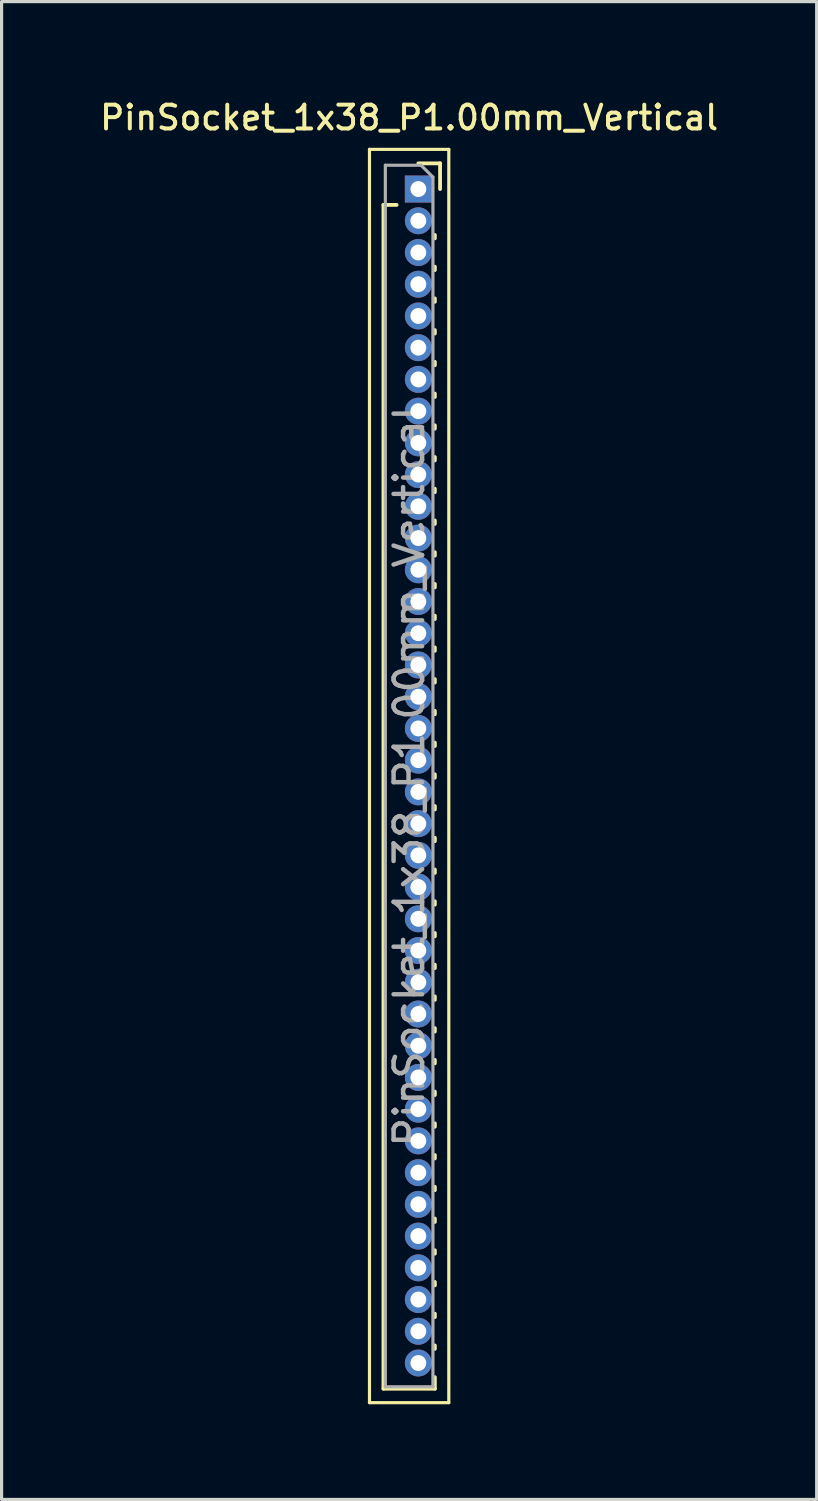
<source format=kicad_pcb>
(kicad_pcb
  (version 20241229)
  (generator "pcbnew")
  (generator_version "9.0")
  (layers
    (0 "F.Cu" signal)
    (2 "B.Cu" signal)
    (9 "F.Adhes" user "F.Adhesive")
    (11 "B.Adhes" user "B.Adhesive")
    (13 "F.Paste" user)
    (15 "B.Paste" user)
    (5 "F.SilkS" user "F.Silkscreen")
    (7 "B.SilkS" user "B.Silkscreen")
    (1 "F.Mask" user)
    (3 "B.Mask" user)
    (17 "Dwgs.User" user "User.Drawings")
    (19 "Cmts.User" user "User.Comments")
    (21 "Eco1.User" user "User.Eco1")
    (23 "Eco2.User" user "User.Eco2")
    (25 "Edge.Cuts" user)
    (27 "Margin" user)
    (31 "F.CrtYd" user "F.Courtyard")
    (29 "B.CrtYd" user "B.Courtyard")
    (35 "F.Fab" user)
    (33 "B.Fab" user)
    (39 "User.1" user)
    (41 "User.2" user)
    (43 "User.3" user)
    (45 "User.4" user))
  (footprint "PinSocket_1x38_P1.00mm_Vertical"
    (layer "F.Cu")
    (at 10.135 2.908)
    (property "Reference" "PinSocket_1x38_P1.00mm_Vertical" (at -0.29 -2.25 0) (layer "F.SilkS") (effects (font (size 0.75 0.75) (thickness 0.125))))
    (attr through_hole)
    (fp_line (start -1.54 -1.25) (end 0.96 -1.25) (stroke (width 0.1) (type solid)) (layer "F.SilkS"))
    (fp_line (start -1.54 38.25) (end -1.54 -1.25) (stroke (width 0.1) (type solid)) (layer "F.SilkS"))
    (fp_line (start -1.1 0.5) (end -1.1 37.81) (stroke (width 0.12) (type solid)) (layer "F.SilkS"))
    (fp_line (start -1.1 0.5) (end -0.685 0.5) (stroke (width 0.12) (type solid)) (layer "F.SilkS"))
    (fp_line (start -1.1 37.81) (end 0.52 37.81) (stroke (width 0.12) (type solid)) (layer "F.SilkS"))
    (fp_line (start 0 -0.81) (end 0.685 -0.81) (stroke (width 0.12) (type solid)) (layer "F.SilkS"))
    (fp_line (start 0.52 1.446) (end 0.52 1.554) (stroke (width 0.12) (type solid)) (layer "F.SilkS"))
    (fp_line (start 0.52 2.446) (end 0.52 2.554) (stroke (width 0.12) (type solid)) (layer "F.SilkS"))
    (fp_line (start 0.52 3.446) (end 0.52 3.554) (stroke (width 0.12) (type solid)) (layer "F.SilkS"))
    (fp_line (start 0.52 4.446) (end 0.52 4.554) (stroke (width 0.12) (type solid)) (layer "F.SilkS"))
    (fp_line (start 0.52 5.446) (end 0.52 5.554) (stroke (width 0.12) (type solid)) (layer "F.SilkS"))
    (fp_line (start 0.52 6.446) (end 0.52 6.554) (stroke (width 0.12) (type solid)) (layer "F.SilkS"))
    (fp_line (start 0.52 7.446) (end 0.52 7.554) (stroke (width 0.12) (type solid)) (layer "F.SilkS"))
    (fp_line (start 0.52 8.446) (end 0.52 8.554) (stroke (width 0.12) (type solid)) (layer "F.SilkS"))
    (fp_line (start 0.52 9.446) (end 0.52 9.554) (stroke (width 0.12) (type solid)) (layer "F.SilkS"))
    (fp_line (start 0.52 10.446) (end 0.52 10.554) (stroke (width 0.12) (type solid)) (layer "F.SilkS"))
    (fp_line (start 0.52 11.446) (end 0.52 11.554) (stroke (width 0.12) (type solid)) (layer "F.SilkS"))
    (fp_line (start 0.52 12.446) (end 0.52 12.554) (stroke (width 0.12) (type solid)) (layer "F.SilkS"))
    (fp_line (start 0.52 13.446) (end 0.52 13.554) (stroke (width 0.12) (type solid)) (layer "F.SilkS"))
    (fp_line (start 0.52 14.446) (end 0.52 14.554) (stroke (width 0.12) (type solid)) (layer "F.SilkS"))
    (fp_line (start 0.52 15.446) (end 0.52 15.554) (stroke (width 0.12) (type solid)) (layer "F.SilkS"))
    (fp_line (start 0.52 16.446) (end 0.52 16.554) (stroke (width 0.12) (type solid)) (layer "F.SilkS"))
    (fp_line (start 0.52 17.446) (end 0.52 17.554) (stroke (width 0.12) (type solid)) (layer "F.SilkS"))
    (fp_line (start 0.52 18.446) (end 0.52 18.554) (stroke (width 0.12) (type solid)) (layer "F.SilkS"))
    (fp_line (start 0.52 19.446) (end 0.52 19.554) (stroke (width 0.12) (type solid)) (layer "F.SilkS"))
    (fp_line (start 0.52 20.446) (end 0.52 20.554) (stroke (width 0.12) (type solid)) (layer "F.SilkS"))
    (fp_line (start 0.52 21.446) (end 0.52 21.554) (stroke (width 0.12) (type solid)) (layer "F.SilkS"))
    (fp_line (start 0.52 22.446) (end 0.52 22.554) (stroke (width 0.12) (type solid)) (layer "F.SilkS"))
    (fp_line (start 0.52 23.446) (end 0.52 23.554) (stroke (width 0.12) (type solid)) (layer "F.SilkS"))
    (fp_line (start 0.52 24.446) (end 0.52 24.554) (stroke (width 0.12) (type solid)) (layer "F.SilkS"))
    (fp_line (start 0.52 25.446) (end 0.52 25.554) (stroke (width 0.12) (type solid)) (layer "F.SilkS"))
    (fp_line (start 0.52 26.446) (end 0.52 26.554) (stroke (width 0.12) (type solid)) (layer "F.SilkS"))
    (fp_line (start 0.52 27.446) (end 0.52 27.554) (stroke (width 0.12) (type solid)) (layer "F.SilkS"))
    (fp_line (start 0.52 28.446) (end 0.52 28.554) (stroke (width 0.12) (type solid)) (layer "F.SilkS"))
    (fp_line (start 0.52 29.446) (end 0.52 29.554) (stroke (width 0.12) (type solid)) (layer "F.SilkS"))
    (fp_line (start 0.52 30.446) (end 0.52 30.554) (stroke (width 0.12) (type solid)) (layer "F.SilkS"))
    (fp_line (start 0.52 31.446) (end 0.52 31.554) (stroke (width 0.12) (type solid)) (layer "F.SilkS"))
    (fp_line (start 0.52 32.446) (end 0.52 32.554) (stroke (width 0.12) (type solid)) (layer "F.SilkS"))
    (fp_line (start 0.52 33.446) (end 0.52 33.554) (stroke (width 0.12) (type solid)) (layer "F.SilkS"))
    (fp_line (start 0.52 34.446) (end 0.52 34.554) (stroke (width 0.12) (type solid)) (layer "F.SilkS"))
    (fp_line (start 0.52 35.446) (end 0.52 35.554) (stroke (width 0.12) (type solid)) (layer "F.SilkS"))
    (fp_line (start 0.52 36.446) (end 0.52 36.554) (stroke (width 0.12) (type solid)) (layer "F.SilkS"))
    (fp_line (start 0.52 37.446) (end 0.52 37.81) (stroke (width 0.12) (type solid)) (layer "F.SilkS"))
    (fp_line (start 0.685 -0.81) (end 0.685 0) (stroke (width 0.12) (type solid)) (layer "F.SilkS"))
    (fp_line (start 0.96 -1.25) (end 0.96 38.25) (stroke (width 0.1) (type solid)) (layer "F.SilkS"))
    (fp_line (start 0.96 38.25) (end -1.54 38.25) (stroke (width 0.1) (type solid)) (layer "F.SilkS"))
    (fp_line (start -1.04 -0.75) (end 0.085 -0.75) (stroke (width 0.1) (type solid)) (layer "F.Fab"))
    (fp_line (start -1.04 37.75) (end -1.04 -0.75) (stroke (width 0.1) (type solid)) (layer "F.Fab"))
    (fp_line (start 0.085 -0.75) (end 0.46 -0.375) (stroke (width 0.1) (type solid)) (layer "F.Fab"))
    (fp_line (start 0.46 -0.375) (end 0.46 37.75) (stroke (width 0.1) (type solid)) (layer "F.Fab"))
    (fp_line (start 0.46 37.75) (end -1.04 37.75) (stroke (width 0.1) (type solid)) (layer "F.Fab"))
    (fp_text user "${REFERENCE}" (at -0.29 18.5 90) (layer "F.Fab") (effects (font (size 0.9 0.9) (thickness 0.14))))
    (pad "1" thru_hole rect (at 0 0) (size 0.85 0.85) (drill 0.5) (layers "*.Cu" "*.Mask"))
    (pad "2" thru_hole oval (at 0 1) (size 0.85 0.85) (drill 0.5) (layers "*.Cu" "*.Mask"))
    (pad "3" thru_hole oval (at 0 2) (size 0.85 0.85) (drill 0.5) (layers "*.Cu" "*.Mask"))
    (pad "4" thru_hole oval (at 0 3) (size 0.85 0.85) (drill 0.5) (layers "*.Cu" "*.Mask"))
    (pad "5" thru_hole oval (at 0 4) (size 0.85 0.85) (drill 0.5) (layers "*.Cu" "*.Mask"))
    (pad "6" thru_hole oval (at 0 5) (size 0.85 0.85) (drill 0.5) (layers "*.Cu" "*.Mask"))
    (pad "7" thru_hole oval (at 0 6) (size 0.85 0.85) (drill 0.5) (layers "*.Cu" "*.Mask"))
    (pad "8" thru_hole oval (at 0 7) (size 0.85 0.85) (drill 0.5) (layers "*.Cu" "*.Mask"))
    (pad "9" thru_hole oval (at 0 8) (size 0.85 0.85) (drill 0.5) (layers "*.Cu" "*.Mask"))
    (pad "10" thru_hole oval (at 0 9) (size 0.85 0.85) (drill 0.5) (layers "*.Cu" "*.Mask"))
    (pad "11" thru_hole oval (at 0 10) (size 0.85 0.85) (drill 0.5) (layers "*.Cu" "*.Mask"))
    (pad "12" thru_hole oval (at 0 11) (size 0.85 0.85) (drill 0.5) (layers "*.Cu" "*.Mask"))
    (pad "13" thru_hole oval (at 0 12) (size 0.85 0.85) (drill 0.5) (layers "*.Cu" "*.Mask"))
    (pad "14" thru_hole oval (at 0 13) (size 0.85 0.85) (drill 0.5) (layers "*.Cu" "*.Mask"))
    (pad "15" thru_hole oval (at 0 14) (size 0.85 0.85) (drill 0.5) (layers "*.Cu" "*.Mask"))
    (pad "16" thru_hole oval (at 0 15) (size 0.85 0.85) (drill 0.5) (layers "*.Cu" "*.Mask"))
    (pad "17" thru_hole oval (at 0 16) (size 0.85 0.85) (drill 0.5) (layers "*.Cu" "*.Mask"))
    (pad "18" thru_hole oval (at 0 17) (size 0.85 0.85) (drill 0.5) (layers "*.Cu" "*.Mask"))
    (pad "19" thru_hole oval (at 0 18) (size 0.85 0.85) (drill 0.5) (layers "*.Cu" "*.Mask"))
    (pad "20" thru_hole oval (at 0 19) (size 0.85 0.85) (drill 0.5) (layers "*.Cu" "*.Mask"))
    (pad "21" thru_hole oval (at 0 20) (size 0.85 0.85) (drill 0.5) (layers "*.Cu" "*.Mask"))
    (pad "22" thru_hole oval (at 0 21) (size 0.85 0.85) (drill 0.5) (layers "*.Cu" "*.Mask"))
    (pad "23" thru_hole oval (at 0 22) (size 0.85 0.85) (drill 0.5) (layers "*.Cu" "*.Mask"))
    (pad "24" thru_hole oval (at 0 23) (size 0.85 0.85) (drill 0.5) (layers "*.Cu" "*.Mask"))
    (pad "25" thru_hole oval (at 0 24) (size 0.85 0.85) (drill 0.5) (layers "*.Cu" "*.Mask"))
    (pad "26" thru_hole oval (at 0 25) (size 0.85 0.85) (drill 0.5) (layers "*.Cu" "*.Mask"))
    (pad "27" thru_hole oval (at 0 26) (size 0.85 0.85) (drill 0.5) (layers "*.Cu" "*.Mask"))
    (pad "28" thru_hole oval (at 0 27) (size 0.85 0.85) (drill 0.5) (layers "*.Cu" "*.Mask"))
    (pad "29" thru_hole oval (at 0 28) (size 0.85 0.85) (drill 0.5) (layers "*.Cu" "*.Mask"))
    (pad "30" thru_hole oval (at 0 29) (size 0.85 0.85) (drill 0.5) (layers "*.Cu" "*.Mask"))
    (pad "31" thru_hole oval (at 0 30) (size 0.85 0.85) (drill 0.5) (layers "*.Cu" "*.Mask"))
    (pad "32" thru_hole oval (at 0 31) (size 0.85 0.85) (drill 0.5) (layers "*.Cu" "*.Mask"))
    (pad "33" thru_hole oval (at 0 32) (size 0.85 0.85) (drill 0.5) (layers "*.Cu" "*.Mask"))
    (pad "34" thru_hole oval (at 0 33) (size 0.85 0.85) (drill 0.5) (layers "*.Cu" "*.Mask"))
    (pad "35" thru_hole oval (at 0 34) (size 0.85 0.85) (drill 0.5) (layers "*.Cu" "*.Mask"))
    (pad "36" thru_hole oval (at 0 35) (size 0.85 0.85) (drill 0.5) (layers "*.Cu" "*.Mask"))
    (pad "37" thru_hole oval (at 0 36) (size 0.85 0.85) (drill 0.5) (layers "*.Cu" "*.Mask"))
    (pad "38" thru_hole oval (at 0 37) (size 0.85 0.85) (drill 0.5) (layers "*.Cu" "*.Mask")))
  (gr_rect
    (start -3 -3)
    (end 22.689 44.208)
    (stroke (width 0.1) (type default))
    (fill no)
    (layer "Edge.Cuts")))
</source>
